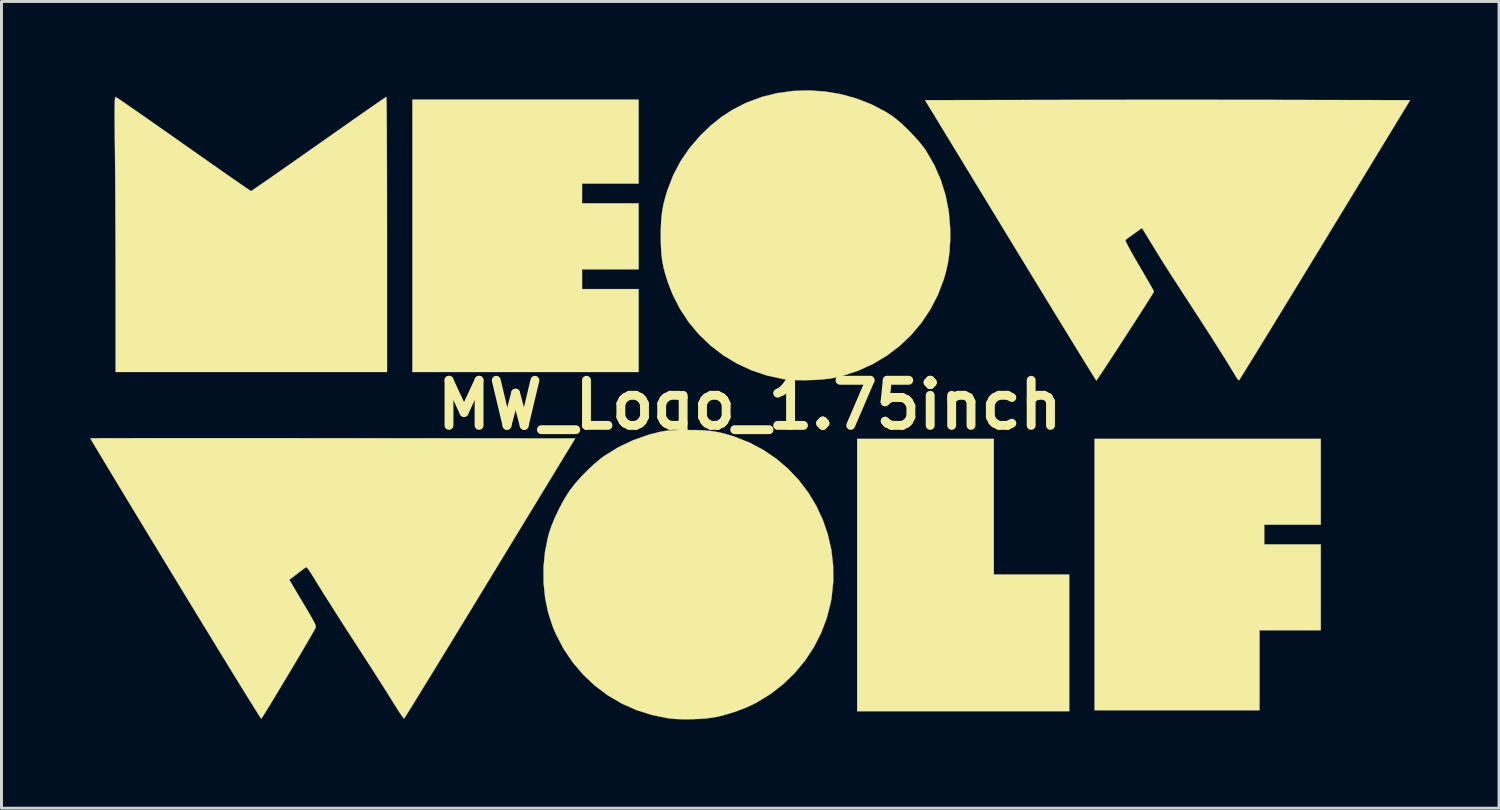
<source format=kicad_pcb>
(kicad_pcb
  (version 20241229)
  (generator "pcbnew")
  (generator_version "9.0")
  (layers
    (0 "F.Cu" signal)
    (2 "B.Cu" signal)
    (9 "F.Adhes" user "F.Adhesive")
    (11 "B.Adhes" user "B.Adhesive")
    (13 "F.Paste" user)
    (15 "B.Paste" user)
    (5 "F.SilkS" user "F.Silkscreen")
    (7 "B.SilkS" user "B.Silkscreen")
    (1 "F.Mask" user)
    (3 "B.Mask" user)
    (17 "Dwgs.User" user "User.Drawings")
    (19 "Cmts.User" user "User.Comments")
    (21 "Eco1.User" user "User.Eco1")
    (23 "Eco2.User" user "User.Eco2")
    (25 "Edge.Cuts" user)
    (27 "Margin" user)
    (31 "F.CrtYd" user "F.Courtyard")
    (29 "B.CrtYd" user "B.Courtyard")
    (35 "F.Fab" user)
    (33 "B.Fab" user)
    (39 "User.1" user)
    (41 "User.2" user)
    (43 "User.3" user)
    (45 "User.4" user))
  (footprint "MW_Logo_1.75inch"
    (layer "F.Cu")
    (at 22.278 10.631)
    (property "Reference" "MW_Logo_1.75inch" (at 0 0 0) (layer "F.SilkS") (effects (font (size 1.524 1.524) (thickness 0.3))))
    (attr through_hole)
    (fp_poly (pts (xy 8.244 5.729) (xy 10.79 5.729) (xy 10.79 10.345) (xy 3.629 10.345) (xy 3.629 1.146) (xy 8.244 1.146) (xy 8.244 5.729)) (stroke (width 0.01) (type solid)) (fill yes) (layer "F.SilkS"))
    (fp_poly (pts (xy 19.289 4.042) (xy 17.379 4.042) (xy 17.379 4.711) (xy 19.289 4.711) (xy 19.289 7.607) (xy 17.22 7.607) (xy 17.22 10.313) (xy 11.65 10.313) (xy 11.65 1.146) (xy 19.289 1.146) (xy 19.289 4.042)) (stroke (width 0.01) (type solid)) (fill yes) (layer "F.SilkS"))
    (fp_poly (pts (xy -3.756 -7.48) (xy -5.666 -7.48) (xy -5.666 -6.812) (xy -3.756 -6.812) (xy -3.756 -4.583) (xy -5.666 -4.583) (xy -5.666 -3.915) (xy -3.756 -3.915) (xy -3.756 -1.114) (xy -11.395 -1.114) (xy -11.395 -10.313) (xy -3.756 -10.313) (xy -3.756 -7.48)) (stroke (width 0.01) (type solid)) (fill yes) (layer "F.SilkS"))
    (fp_poly (pts (xy 2.548 -10.588) (xy 3.084 -10.498) (xy 3.606 -10.353) (xy 4.109 -10.156) (xy 4.585 -9.908) (xy 4.774 -9.788) (xy 4.949 -9.658) (xy 5.145 -9.489) (xy 5.35 -9.293) (xy 5.551 -9.085) (xy 5.735 -8.877) (xy 5.889 -8.683) (xy 5.949 -8.597) (xy 6.228 -8.118) (xy 6.451 -7.61) (xy 6.617 -7.078) (xy 6.724 -6.524) (xy 6.772 -5.951) (xy 6.77 -5.538) (xy 6.745 -5.157) (xy 6.697 -4.813) (xy 6.624 -4.484) (xy 6.553 -4.241) (xy 6.354 -3.719) (xy 6.102 -3.231) (xy 5.801 -2.779) (xy 5.453 -2.365) (xy 5.062 -1.994) (xy 4.631 -1.667) (xy 4.164 -1.388) (xy 3.663 -1.159) (xy 3.131 -0.984) (xy 2.867 -0.92) (xy 2.664 -0.887) (xy 2.416 -0.861) (xy 2.141 -0.845) (xy 1.857 -0.838) (xy 1.582 -0.84) (xy 1.334 -0.853) (xy 1.133 -0.876) (xy 0.584 -0.996) (xy 0.06 -1.172) (xy -0.435 -1.401) (xy -0.897 -1.681) (xy -1.324 -2.008) (xy -1.712 -2.379) (xy -2.057 -2.792) (xy -2.355 -3.244) (xy -2.604 -3.731) (xy -2.751 -4.104) (xy -2.84 -4.377) (xy -2.907 -4.623) (xy -2.954 -4.86) (xy -2.984 -5.107) (xy -3 -5.381) (xy -3.006 -5.682) (xy -3.002 -6.008) (xy -2.987 -6.289) (xy -2.958 -6.542) (xy -2.913 -6.784) (xy -2.849 -7.032) (xy -2.783 -7.249) (xy -2.585 -7.76) (xy -2.336 -8.236) (xy -2.033 -8.68) (xy -1.673 -9.097) (xy -1.662 -9.109) (xy -1.313 -9.443) (xy -0.96 -9.726) (xy -0.59 -9.967) (xy -0.187 -10.176) (xy -0.083 -10.223) (xy 0.414 -10.407) (xy 0.932 -10.536) (xy 1.466 -10.608) (xy 2.007 -10.626) (xy 2.548 -10.588)) (stroke (width 0.01) (type solid)) (fill yes) (layer "F.SilkS"))
    (fp_poly (pts (xy -1.777 0.849) (xy -1.516 0.861) (xy -1.287 0.882) (xy -1.074 0.917) (xy -0.861 0.967) (xy -0.632 1.033) (xy -0.522 1.069) (xy -0.012 1.27) (xy 0.463 1.522) (xy 0.902 1.821) (xy 1.302 2.163) (xy 1.661 2.544) (xy 1.977 2.959) (xy 2.246 3.406) (xy 2.467 3.879) (xy 2.637 4.375) (xy 2.755 4.889) (xy 2.816 5.418) (xy 2.821 5.958) (xy 2.765 6.504) (xy 2.736 6.67) (xy 2.602 7.197) (xy 2.41 7.703) (xy 2.164 8.184) (xy 1.867 8.635) (xy 1.522 9.051) (xy 1.133 9.429) (xy 0.703 9.763) (xy 0.236 10.049) (xy 0.116 10.111) (xy -0.134 10.225) (xy -0.419 10.335) (xy -0.717 10.432) (xy -1.002 10.51) (xy -1.194 10.551) (xy -1.418 10.582) (xy -1.682 10.603) (xy -1.964 10.615) (xy -2.245 10.617) (xy -2.506 10.607) (xy -2.725 10.587) (xy -2.742 10.585) (xy -3.296 10.474) (xy -3.826 10.306) (xy -4.326 10.084) (xy -4.795 9.809) (xy -5.228 9.485) (xy -5.623 9.114) (xy -5.977 8.698) (xy -6.286 8.241) (xy -6.546 7.744) (xy -6.651 7.499) (xy -6.806 7.027) (xy -6.911 6.527) (xy -6.964 6.01) (xy -6.966 5.485) (xy -6.917 4.964) (xy -6.815 4.457) (xy -6.777 4.32) (xy -6.692 4.071) (xy -6.576 3.793) (xy -6.439 3.504) (xy -6.29 3.226) (xy -6.14 2.977) (xy -6.075 2.881) (xy -5.912 2.67) (xy -5.712 2.443) (xy -5.489 2.214) (xy -5.26 2) (xy -5.04 1.815) (xy -4.925 1.729) (xy -4.454 1.436) (xy -3.947 1.194) (xy -3.412 1.005) (xy -3.064 0.916) (xy -2.945 0.891) (xy -2.83 0.873) (xy -2.706 0.861) (xy -2.562 0.853) (xy -2.383 0.848) (xy -2.157 0.846) (xy -2.085 0.846) (xy -1.777 0.849)) (stroke (width 0.01) (type solid)) (fill yes) (layer "F.SilkS"))
    (fp_poly (pts (xy -12.275 -10.376) (xy -12.273 -10.285) (xy -12.27 -10.137) (xy -12.268 -9.936) (xy -12.266 -9.686) (xy -12.263 -9.389) (xy -12.261 -9.05) (xy -12.26 -8.672) (xy -12.258 -8.259) (xy -12.257 -7.813) (xy -12.256 -7.339) (xy -12.255 -6.841) (xy -12.255 -6.321) (xy -12.254 -5.783) (xy -12.254 -1.114) (xy -21.421 -1.114) (xy -21.421 -3.828) (xy -21.422 -4.299) (xy -21.422 -4.798) (xy -21.424 -5.314) (xy -21.426 -5.836) (xy -21.428 -6.355) (xy -21.43 -6.859) (xy -21.433 -7.339) (xy -21.436 -7.785) (xy -21.44 -8.186) (xy -21.443 -8.48) (xy -21.447 -8.88) (xy -21.45 -9.22) (xy -21.453 -9.506) (xy -21.454 -9.743) (xy -21.454 -9.934) (xy -21.453 -10.085) (xy -21.451 -10.2) (xy -21.448 -10.284) (xy -21.443 -10.341) (xy -21.436 -10.376) (xy -21.428 -10.394) (xy -21.418 -10.4) (xy -21.407 -10.397) (xy -21.373 -10.376) (xy -21.291 -10.321) (xy -21.164 -10.234) (xy -20.997 -10.119) (xy -20.794 -9.978) (xy -20.558 -9.814) (xy -20.294 -9.629) (xy -20.004 -9.427) (xy -19.694 -9.209) (xy -19.366 -8.979) (xy -19.112 -8.8) (xy -18.775 -8.564) (xy -18.453 -8.337) (xy -18.15 -8.125) (xy -17.869 -7.928) (xy -17.614 -7.75) (xy -17.389 -7.594) (xy -17.198 -7.462) (xy -17.045 -7.356) (xy -16.933 -7.28) (xy -16.866 -7.236) (xy -16.848 -7.225) (xy -16.819 -7.243) (xy -16.741 -7.295) (xy -16.619 -7.379) (xy -16.456 -7.491) (xy -16.257 -7.629) (xy -16.024 -7.791) (xy -15.763 -7.974) (xy -15.475 -8.175) (xy -15.166 -8.391) (xy -14.84 -8.621) (xy -14.562 -8.816) (xy -14.223 -9.054) (xy -13.9 -9.281) (xy -13.595 -9.495) (xy -13.312 -9.693) (xy -13.055 -9.872) (xy -12.829 -10.03) (xy -12.636 -10.164) (xy -12.481 -10.271) (xy -12.367 -10.349) (xy -12.298 -10.395) (xy -12.278 -10.407) (xy -12.275 -10.376)) (stroke (width 0.01) (type solid)) (fill yes) (layer "F.SilkS"))
    (fp_poly (pts (xy 15.027 -10.308) (xy 15.776 -10.308) (xy 16.501 -10.307) (xy 17.19 -10.307) (xy 17.835 -10.306) (xy 18.223 -10.305) (xy 22.308 -10.297) (xy 19.432 -5.571) (xy 19.126 -5.068) (xy 18.828 -4.58) (xy 18.541 -4.109) (xy 18.266 -3.659) (xy 18.005 -3.232) (xy 17.76 -2.831) (xy 17.532 -2.458) (xy 17.322 -2.117) (xy 17.134 -1.81) (xy 16.968 -1.539) (xy 16.825 -1.309) (xy 16.709 -1.121) (xy 16.62 -0.978) (xy 16.56 -0.883) (xy 16.531 -0.839) (xy 16.528 -0.836) (xy 16.497 -0.855) (xy 16.453 -0.913) (xy 16.442 -0.931) (xy 16.336 -1.108) (xy 16.2 -1.332) (xy 16.036 -1.596) (xy 15.849 -1.893) (xy 15.644 -2.216) (xy 15.424 -2.56) (xy 15.193 -2.918) (xy 15.093 -3.072) (xy 14.859 -3.431) (xy 14.656 -3.743) (xy 14.481 -4.013) (xy 14.329 -4.248) (xy 14.197 -4.453) (xy 14.081 -4.635) (xy 13.977 -4.798) (xy 13.882 -4.95) (xy 13.791 -5.096) (xy 13.701 -5.241) (xy 13.609 -5.393) (xy 13.575 -5.449) (xy 13.251 -5.98) (xy 12.984 -5.789) (xy 12.869 -5.707) (xy 12.773 -5.637) (xy 12.708 -5.588) (xy 12.689 -5.571) (xy 12.697 -5.538) (xy 12.735 -5.457) (xy 12.799 -5.334) (xy 12.884 -5.177) (xy 12.989 -4.991) (xy 13.108 -4.784) (xy 13.158 -4.699) (xy 13.281 -4.489) (xy 13.393 -4.297) (xy 13.49 -4.129) (xy 13.568 -3.992) (xy 13.624 -3.893) (xy 13.652 -3.84) (xy 13.655 -3.832) (xy 13.638 -3.801) (xy 13.59 -3.722) (xy 13.516 -3.603) (xy 13.417 -3.447) (xy 13.3 -3.263) (xy 13.166 -3.054) (xy 13.02 -2.828) (xy 12.866 -2.589) (xy 12.708 -2.345) (xy 12.549 -2.1) (xy 12.394 -1.86) (xy 12.245 -1.632) (xy 12.107 -1.421) (xy 11.983 -1.233) (xy 11.878 -1.074) (xy 11.795 -0.95) (xy 11.737 -0.866) (xy 11.71 -0.829) (xy 11.708 -0.828) (xy 11.69 -0.854) (xy 11.64 -0.933) (xy 11.56 -1.06) (xy 11.453 -1.233) (xy 11.319 -1.45) (xy 11.16 -1.708) (xy 10.979 -2.003) (xy 10.776 -2.333) (xy 10.554 -2.696) (xy 10.314 -3.088) (xy 10.058 -3.507) (xy 9.788 -3.95) (xy 9.505 -4.414) (xy 9.21 -4.897) (xy 8.907 -5.395) (xy 8.805 -5.562) (xy 5.923 -10.297) (xy 10.03 -10.305) (xy 10.642 -10.306) (xy 11.306 -10.307) (xy 12.011 -10.307) (xy 12.746 -10.308) (xy 13.502 -10.308) (xy 14.265 -10.308) (xy 15.027 -10.308)) (stroke (width 0.01) (type solid)) (fill yes) (layer "F.SilkS"))
    (fp_poly (pts (xy -17.854 1.12) (xy -17.236 1.12) (xy -16.592 1.12) (xy -15.924 1.12) (xy -15.235 1.121) (xy -14.528 1.122) (xy -14.078 1.122) (xy -5.897 1.13) (xy -8.774 5.857) (xy -9.08 6.359) (xy -9.377 6.848) (xy -9.664 7.318) (xy -9.939 7.768) (xy -10.2 8.196) (xy -10.446 8.597) (xy -10.674 8.97) (xy -10.883 9.311) (xy -11.072 9.618) (xy -11.238 9.889) (xy -11.38 10.119) (xy -11.497 10.307) (xy -11.586 10.45) (xy -11.646 10.545) (xy -11.675 10.59) (xy -11.678 10.592) (xy -11.702 10.569) (xy -11.753 10.5) (xy -11.826 10.392) (xy -11.916 10.254) (xy -12.017 10.093) (xy -12.033 10.067) (xy -12.132 9.907) (xy -12.259 9.705) (xy -12.406 9.472) (xy -12.567 9.22) (xy -12.733 8.96) (xy -12.899 8.704) (xy -12.98 8.578) (xy -13.319 8.054) (xy -13.624 7.582) (xy -13.895 7.159) (xy -14.133 6.785) (xy -14.34 6.459) (xy -14.516 6.177) (xy -14.662 5.94) (xy -14.688 5.896) (xy -14.778 5.751) (xy -14.858 5.628) (xy -14.922 5.537) (xy -14.964 5.486) (xy -14.976 5.478) (xy -15.013 5.499) (xy -15.088 5.55) (xy -15.189 5.625) (xy -15.282 5.695) (xy -15.556 5.907) (xy -15.095 6.682) (xy -14.96 6.908) (xy -14.856 7.087) (xy -14.777 7.224) (xy -14.722 7.326) (xy -14.686 7.4) (xy -14.667 7.452) (xy -14.662 7.49) (xy -14.667 7.52) (xy -14.678 7.545) (xy -14.714 7.613) (xy -14.777 7.725) (xy -14.863 7.874) (xy -14.969 8.056) (xy -15.091 8.263) (xy -15.225 8.491) (xy -15.368 8.732) (xy -15.517 8.981) (xy -15.667 9.232) (xy -15.815 9.479) (xy -15.958 9.716) (xy -16.091 9.937) (xy -16.212 10.136) (xy -16.317 10.306) (xy -16.402 10.443) (xy -16.463 10.54) (xy -16.498 10.591) (xy -16.504 10.597) (xy -16.523 10.57) (xy -16.574 10.492) (xy -16.655 10.364) (xy -16.763 10.191) (xy -16.898 9.974) (xy -17.057 9.717) (xy -17.239 9.422) (xy -17.443 9.091) (xy -17.665 8.729) (xy -17.906 8.336) (xy -18.162 7.917) (xy -18.433 7.474) (xy -18.716 7.01) (xy -19.01 6.527) (xy -19.314 6.029) (xy -19.411 5.869) (xy -19.717 5.366) (xy -20.013 4.878) (xy -20.299 4.407) (xy -20.572 3.957) (xy -20.831 3.53) (xy -21.074 3.128) (xy -21.3 2.755) (xy -21.506 2.413) (xy -21.691 2.106) (xy -21.854 1.835) (xy -21.993 1.604) (xy -22.106 1.415) (xy -22.191 1.271) (xy -22.247 1.176) (xy -22.272 1.131) (xy -22.273 1.127) (xy -22.24 1.126) (xy -22.147 1.125) (xy -21.995 1.124) (xy -21.787 1.123) (xy -21.527 1.123) (xy -21.216 1.122) (xy -20.857 1.121) (xy -20.454 1.121) (xy -20.008 1.12) (xy -19.522 1.12) (xy -18.999 1.12) (xy -18.442 1.12) (xy -17.854 1.12)) (stroke (width 0.01) (type solid)) (fill yes) (layer "F.SilkS")))
  (gr_rect
    (start -3 -3)
    (end 47.591 24.252)
    (stroke (width 0.1) (type default))
    (fill no)
    (layer "Edge.Cuts")))
</source>
